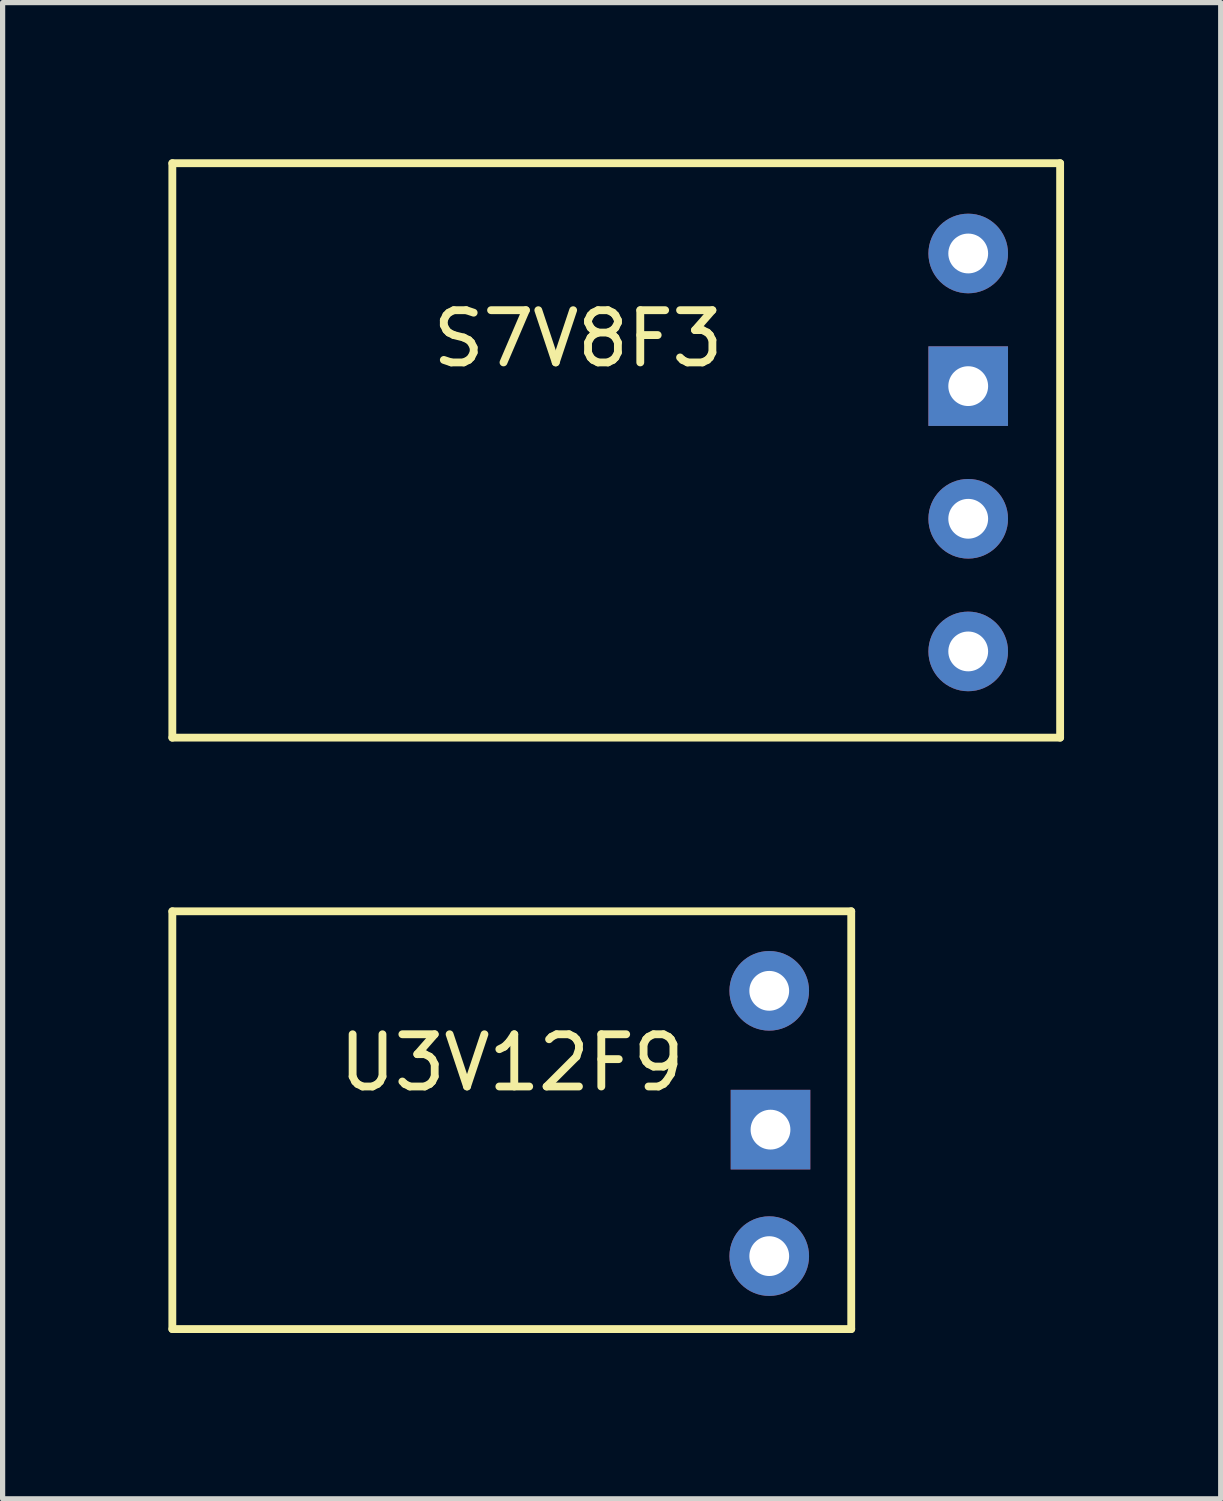
<source format=kicad_pcb>
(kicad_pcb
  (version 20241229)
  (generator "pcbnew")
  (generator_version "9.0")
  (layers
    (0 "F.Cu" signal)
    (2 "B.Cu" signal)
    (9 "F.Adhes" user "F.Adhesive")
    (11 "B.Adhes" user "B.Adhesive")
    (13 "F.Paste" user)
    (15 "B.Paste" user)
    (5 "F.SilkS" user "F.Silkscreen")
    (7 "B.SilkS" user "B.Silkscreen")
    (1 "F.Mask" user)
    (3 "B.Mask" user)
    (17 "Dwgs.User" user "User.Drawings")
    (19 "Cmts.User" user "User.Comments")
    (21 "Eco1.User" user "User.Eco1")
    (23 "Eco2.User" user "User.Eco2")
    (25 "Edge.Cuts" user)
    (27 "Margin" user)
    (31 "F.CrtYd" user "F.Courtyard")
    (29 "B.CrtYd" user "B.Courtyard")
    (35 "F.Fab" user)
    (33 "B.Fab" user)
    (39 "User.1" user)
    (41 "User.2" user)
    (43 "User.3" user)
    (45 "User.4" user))
  (footprint "S7V8F3"
    (layer "F.Cu")
    (at 0.25 11.075)
    (property "Reference" "S7V8F3" (at 7.77 -7.64 0) (layer "F.SilkS") (effects (font (size 1 1) (thickness 0.15))))
    (attr through_hole)
    (fp_line (start 0 -11) (end 0 0) (stroke (width 0.15) (type solid)) (layer "F.SilkS"))
    (fp_line (start 0 0) (end 17 0) (stroke (width 0.15) (type solid)) (layer "F.SilkS"))
    (fp_line (start 17 -11) (end 0 -11) (stroke (width 0.15) (type solid)) (layer "F.SilkS"))
    (fp_line (start 17 0) (end 17 -11) (stroke (width 0.15) (type solid)) (layer "F.SilkS"))
    (pad "1" thru_hole circle (at 15.24 -4.191) (size 1.524 1.524) (drill 0.762) (layers "*.Cu" "*.Mask"))
    (pad "2" thru_hole rect (at 15.24 -6.731) (size 1.524 1.524) (drill 0.762) (layers "*.Cu" "*.Mask"))
    (pad "3" thru_hole circle (at 15.24 -9.271) (size 1.524 1.524) (drill 0.762) (layers "*.Cu" "*.Mask"))
    (pad "4" thru_hole circle (at 15.24 -1.651) (size 1.524 1.524) (drill 0.762) (layers "*.Cu" "*.Mask")))
  (footprint "U3V12F9"
    (layer "F.Cu")
    (at 0.25 22.4)
    (property "Reference" "U3V12F9" (at 6.5 -5.1 0) (layer "F.SilkS") (effects (font (size 1 1) (thickness 0.15))))
    (attr through_hole)
    (fp_line (start 0 -8) (end 0 0) (stroke (width 0.15) (type solid)) (layer "F.SilkS"))
    (fp_line (start 0 0) (end 13 0) (stroke (width 0.15) (type solid)) (layer "F.SilkS"))
    (fp_line (start 13 -8) (end 0 -8) (stroke (width 0.15) (type solid)) (layer "F.SilkS"))
    (fp_line (start 13 0) (end 13 -8) (stroke (width 0.15) (type solid)) (layer "F.SilkS"))
    (pad "1" thru_hole circle (at 11.43 -1.397) (size 1.524 1.524) (drill 0.762) (layers "*.Cu" "*.Mask"))
    (pad "2" thru_hole rect (at 11.454 -3.819) (size 1.524 1.524) (drill 0.762) (layers "*.Cu" "*.Mask"))
    (pad "3" thru_hole circle (at 11.43 -6.477) (size 1.524 1.524) (drill 0.762) (layers "*.Cu" "*.Mask")))
  (gr_rect
    (start -3 -3)
    (end 20.325 25.65)
    (stroke (width 0.1) (type default))
    (fill no)
    (layer "Edge.Cuts")))
</source>
